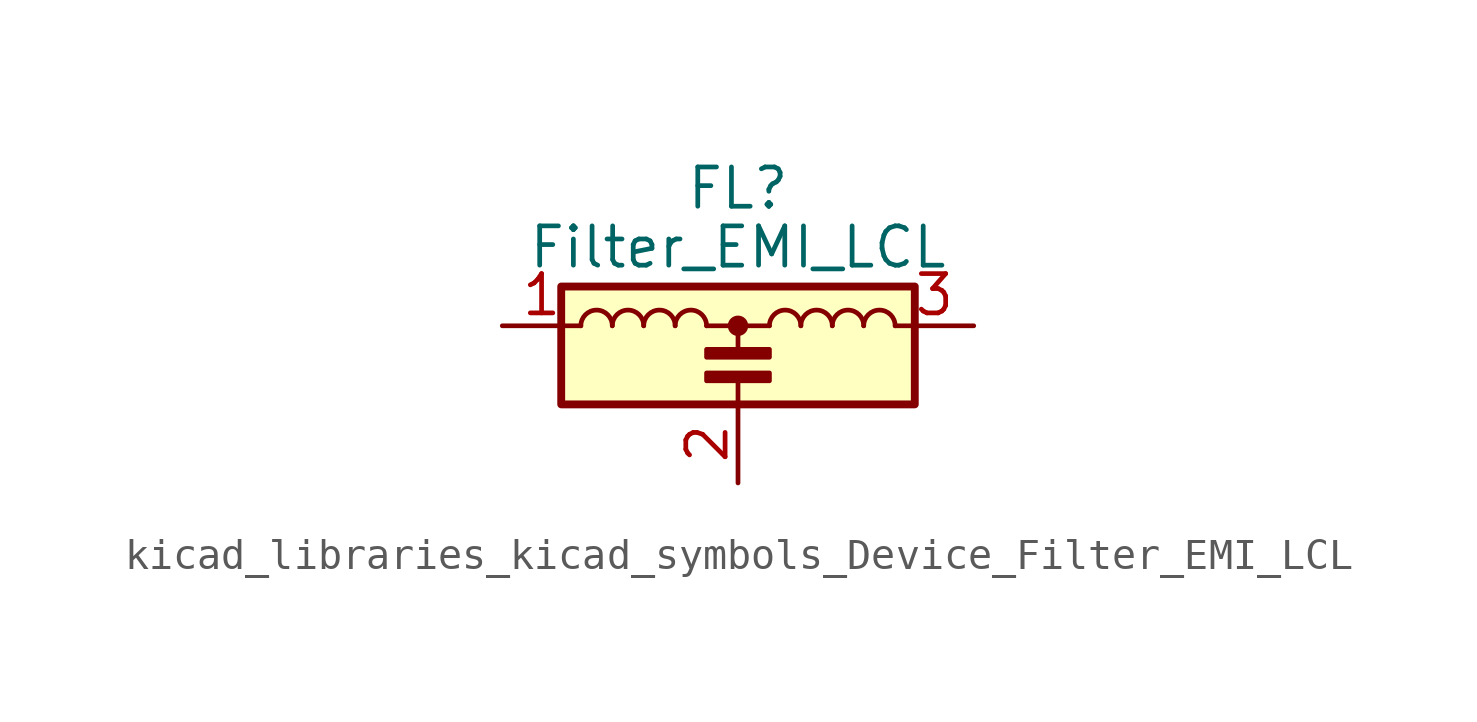
<source format=kicad_sym>
(kicad_symbol_lib
  (version 20220914)
  (generator kicad_symbol_editor)
  (symbol "kicad_libraries_kicad_symbols_Device_Filter_EMI_LCL"
    (pin_names
      (offset 0.254) hide)
    (property "Reference" "FL"
      (at 0 6.985 0)
      (effects (font (size 1.27 1.27))))
    (property "Value" "Filter_EMI_LCL"
      (at 0 5.08 0)
      (effects (font (size 1.27 1.27))))
    (symbol "kicad_libraries_kicad_symbols_Device_Filter_EMI_LCL_0_1"
      (rectangle (start -5.715 3.81) (end 5.715 0) (stroke (width 0.254) (type default)) (fill (type background)))
      (arc (start -4.064 2.54) (mid -4.572 3.0458) (end -5.08 2.54) (stroke (width 0) (type default)) (fill (type none)))
      (arc (start -3.048 2.54) (mid -3.556 3.0458) (end -4.064 2.54) (stroke (width 0) (type default)) (fill (type none)))
      (arc (start -2.032 2.54) (mid -2.54 3.0458) (end -3.048 2.54) (stroke (width 0) (type default)) (fill (type none)))
      (rectangle (start -1.016 0.762) (end 1.016 1.016) (stroke (width 0) (type default)) (fill (type outline)))
      (arc (start -1.016 2.54) (mid -1.524 3.0458) (end -2.032 2.54) (stroke (width 0) (type default)) (fill (type none)))
      (polyline (pts (xy -1.016 2.54) (xy 1.016 2.54)) (stroke (width 0) (type default)) (fill (type none)))
      (polyline (pts (xy 0 0.762) (xy 0 0)) (stroke (width 0) (type default)) (fill (type none)))
      (polyline (pts (xy 0 2.54) (xy 0 1.778)) (stroke (width 0) (type default)) (fill (type none)))
      (circle (center 0 2.54) (radius 0.254) (stroke (width 0) (type default)) (fill (type outline)))
      (rectangle (start 1.016 1.524) (end -1.016 1.778) (stroke (width 0) (type default)) (fill (type outline)))
      (arc (start 2.032 2.54) (mid 1.524 3.0458) (end 1.016 2.54) (stroke (width 0) (type default)) (fill (type none)))
      (arc (start 3.048 2.54) (mid 2.54 3.0458) (end 2.032 2.54) (stroke (width 0) (type default)) (fill (type none)))
      (arc (start 4.064 2.54) (mid 3.556 3.0458) (end 3.048 2.54) (stroke (width 0) (type default)) (fill (type none)))
      (arc (start 5.08 2.54) (mid 4.572 3.0458) (end 4.064 2.54) (stroke (width 0) (type default)) (fill (type none))))
    (symbol "kicad_libraries_kicad_symbols_Device_Filter_EMI_LCL_1_1"
      (pin passive line (at -7.62 2.54 0) (length 2.54) (name "1" (effects (font (size 1.27 1.27)))) (number "1" (effects (font (size 1.27 1.27)))))
      (pin passive line (at 0 -2.54 90) (length 2.54) (name "2" (effects (font (size 1.27 1.27)))) (number "2" (effects (font (size 1.27 1.27)))))
      (pin passive line (at 7.62 2.54 180) (length 2.54) (name "3" (effects (font (size 1.27 1.27)))) (number "3" (effects (font (size 1.27 1.27))))))))
</source>
